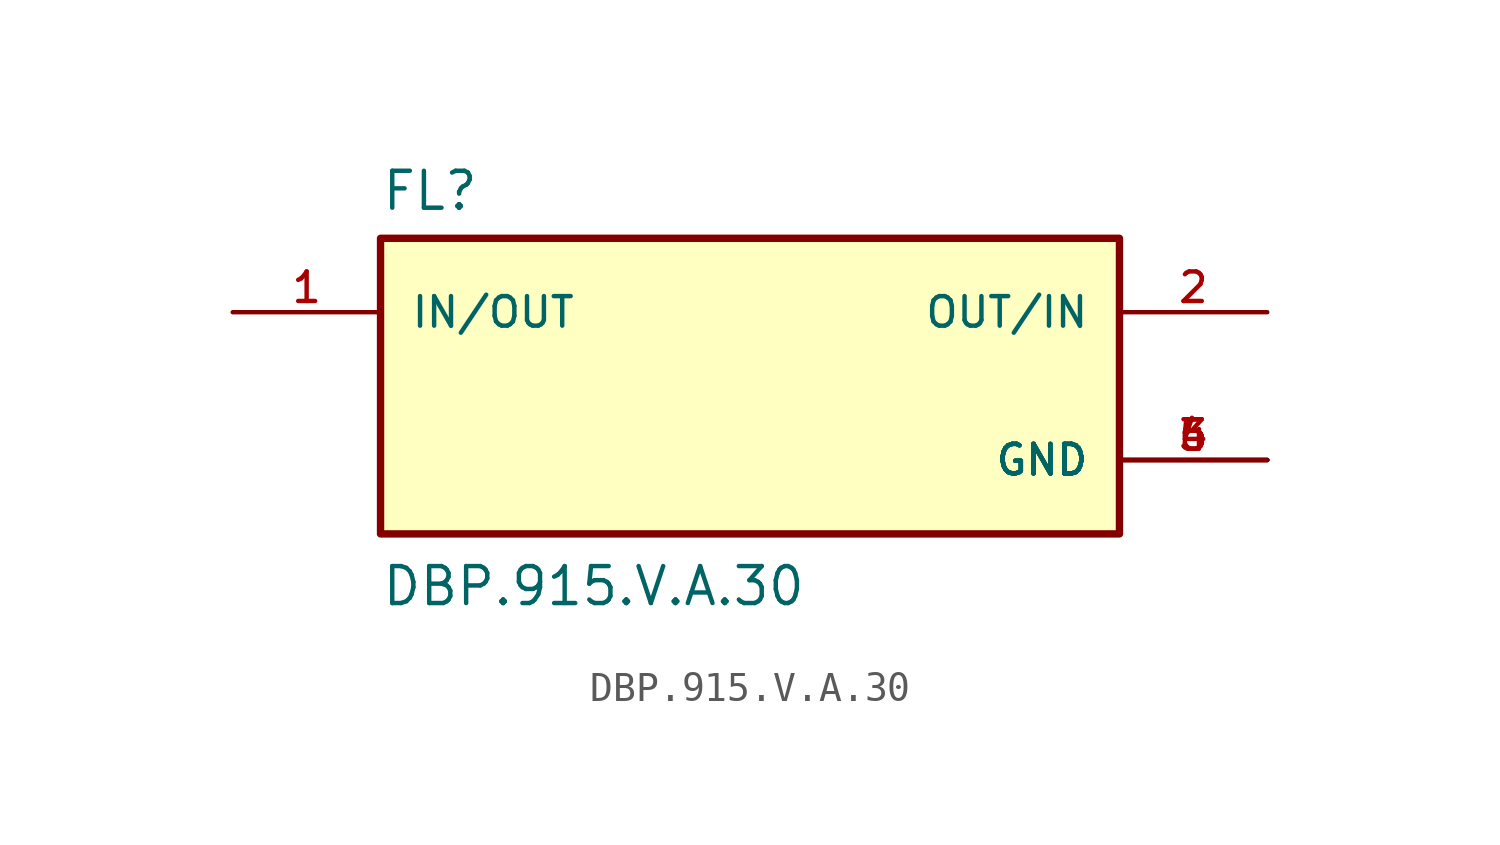
<source format=kicad_sym>
(kicad_symbol_lib
  (version 20211014)
  (generator kicad_symbol_editor)
  (symbol "DBP.915.V.A.30"
    (pin_names
      (offset 1.016))
    (property "Reference" "FL"
      (at -12.7 5.969 0)
      (effects (font (size 1.27 1.27)) (justify bottom left)))
    (property "Value" "DBP.915.V.A.30"
      (at -12.7 -7.62 0)
      (effects (font (size 1.27 1.27)) (justify bottom left)))
    (symbol "DBP.915.V.A.30_0_0"
      (rectangle (start -12.7 -5.08) (end 12.7 5.08) (stroke (width 0.254)) (fill (type background)))
      (pin bidirectional line (at 17.78 2.54 180.0) (length 5.08) (name "OUT/IN" (effects (font (size 1.016 1.016)))) (number "2" (effects (font (size 1.016 1.016)))))
      (pin bidirectional line (at -17.78 2.54 0) (length 5.08) (name "IN/OUT" (effects (font (size 1.016 1.016)))) (number "1" (effects (font (size 1.016 1.016)))))
      (pin power_in line (at 17.78 -2.54 180.0) (length 5.08) (name "GND" (effects (font (size 1.016 1.016)))) (number "3" (effects (font (size 1.016 1.016)))))
      (pin power_in line (at 17.78 -2.54 180.0) (length 5.08) (name "GND" (effects (font (size 1.016 1.016)))) (number "4" (effects (font (size 1.016 1.016)))))
      (pin power_in line (at 17.78 -2.54 180.0) (length 5.08) (name "GND" (effects (font (size 1.016 1.016)))) (number "5" (effects (font (size 1.016 1.016)))))
      (pin power_in line (at 17.78 -2.54 180.0) (length 5.08) (name "GND" (effects (font (size 1.016 1.016)))) (number "6" (effects (font (size 1.016 1.016))))))))
</source>
